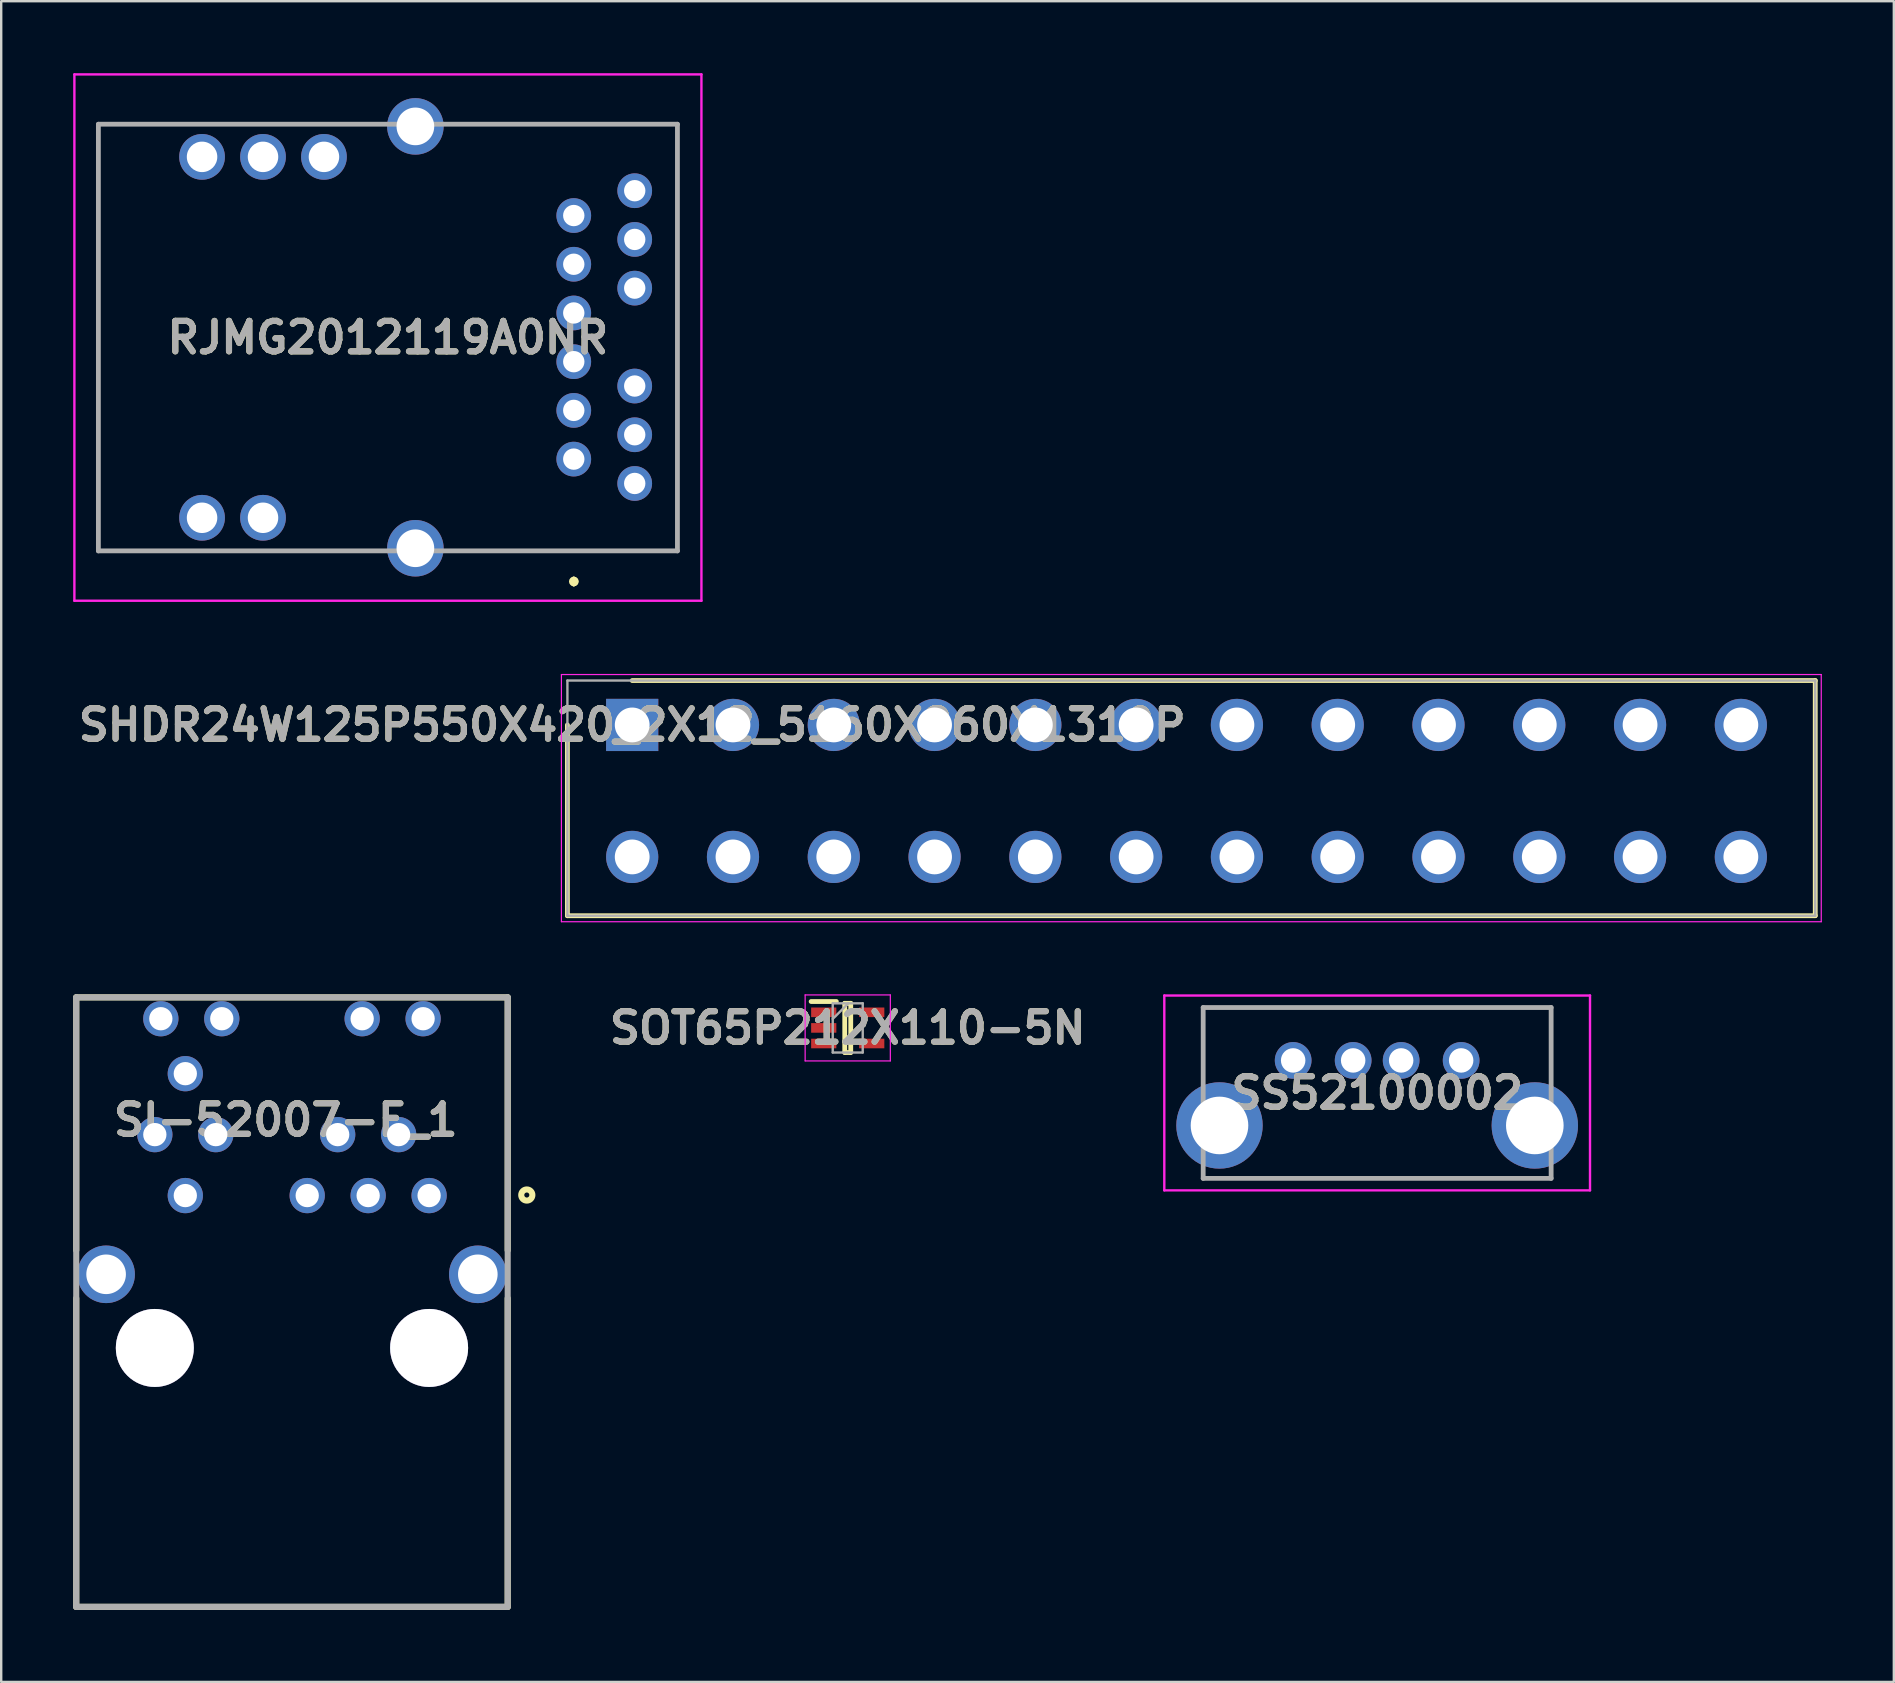
<source format=kicad_pcb>
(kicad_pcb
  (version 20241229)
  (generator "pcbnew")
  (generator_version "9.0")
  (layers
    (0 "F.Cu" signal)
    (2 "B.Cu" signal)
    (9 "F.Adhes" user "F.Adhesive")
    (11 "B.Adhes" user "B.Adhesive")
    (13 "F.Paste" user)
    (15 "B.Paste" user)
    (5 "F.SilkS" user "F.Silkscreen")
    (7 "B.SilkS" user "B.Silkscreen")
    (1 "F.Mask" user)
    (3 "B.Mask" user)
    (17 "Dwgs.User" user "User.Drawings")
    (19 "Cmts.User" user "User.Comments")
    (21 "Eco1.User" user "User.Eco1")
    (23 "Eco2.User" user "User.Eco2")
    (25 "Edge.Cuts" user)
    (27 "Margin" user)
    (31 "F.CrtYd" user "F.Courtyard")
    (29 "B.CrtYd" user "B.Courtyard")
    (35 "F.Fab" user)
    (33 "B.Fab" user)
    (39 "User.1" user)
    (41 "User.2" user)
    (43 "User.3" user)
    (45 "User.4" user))
  (footprint "SI-52007-F_1"
    (layer "F.Cu")
    (at 9.117 50.053)
    (property "Reference" "SI-52007-F_1" (at -0.26 -6.43 0) (layer "F.SilkS") (effects (font (size 1.27 1.27) (thickness 0.254))))
    (attr through_hole)
    (fp_line (start -8.99 -11.541) (end -8.99 -1) (stroke (width 0.254) (type solid)) (layer "F.SilkS"))
    (fp_line (start -8.99 -11.541) (end 8.99 -11.541) (stroke (width 0.254) (type solid)) (layer "F.SilkS"))
    (fp_line (start -8.99 13.859) (end -8.99 1) (stroke (width 0.254) (type solid)) (layer "F.SilkS"))
    (fp_line (start -8.99 13.859) (end 8.99 13.859) (stroke (width 0.254) (type solid)) (layer "F.SilkS"))
    (fp_line (start 8.99 -11.541) (end 8.99 -1) (stroke (width 0.254) (type solid)) (layer "F.SilkS"))
    (fp_line (start 8.99 13.859) (end 8.99 1) (stroke (width 0.254) (type solid)) (layer "F.SilkS"))
    (fp_circle (center 9.786 -3.304) (end 9.786 -3.199) (stroke (width 0.254) (type solid)) (fill no) (layer "F.SilkS"))
    (fp_line (start -8.99 -11.541) (end 8.99 -11.541) (stroke (width 0.254) (type solid)) (layer "F.Fab"))
    (fp_line (start -8.99 13.859) (end -8.99 -11.541) (stroke (width 0.254) (type solid)) (layer "F.Fab"))
    (fp_line (start 8.99 -11.541) (end 8.99 13.859) (stroke (width 0.254) (type solid)) (layer "F.Fab"))
    (fp_line (start 8.99 13.859) (end -8.99 13.859) (stroke (width 0.254) (type solid)) (layer "F.Fab"))
    (fp_text user "${REFERENCE}" (at -0.26 -6.43 0) (layer "F.Fab") (effects (font (size 1.27 1.27) (thickness 0.254))))
    (pad "1" thru_hole circle (at 5.715 -3.281) (size 1.47 1.47) (drill 0.97) (layers "*.Cu" "*.Mask"))
    (pad "2" thru_hole circle (at 4.445 -5.821) (size 1.47 1.47) (drill 0.97) (layers "*.Cu" "*.Mask"))
    (pad "3" thru_hole circle (at 3.175 -3.281) (size 1.47 1.47) (drill 0.97) (layers "*.Cu" "*.Mask"))
    (pad "4" thru_hole circle (at 1.905 -5.821) (size 1.47 1.47) (drill 0.97) (layers "*.Cu" "*.Mask"))
    (pad "5" thru_hole circle (at 0.635 -3.281) (size 1.47 1.47) (drill 0.97) (layers "*.Cu" "*.Mask"))
    (pad "6" thru_hole circle (at -3.175 -5.821) (size 1.47 1.47) (drill 0.97) (layers "*.Cu" "*.Mask"))
    (pad "7" thru_hole circle (at -4.445 -3.281) (size 1.47 1.47) (drill 0.97) (layers "*.Cu" "*.Mask"))
    (pad "8" thru_hole circle (at -5.715 -5.821) (size 1.47 1.47) (drill 0.97) (layers "*.Cu" "*.Mask"))
    (pad "9" thru_hole circle (at -4.445 -8.361) (size 1.47 1.47) (drill 0.97) (layers "*.Cu" "*.Mask"))
    (pad "10" thru_hole circle (at -5.465 -10.651) (size 1.47 1.47) (drill 0.97) (layers "*.Cu" "*.Mask"))
    (pad "11" thru_hole circle (at -2.925 -10.651) (size 1.47 1.47) (drill 0.97) (layers "*.Cu" "*.Mask"))
    (pad "12" thru_hole circle (at 2.925 -10.651) (size 1.47 1.47) (drill 0.97) (layers "*.Cu" "*.Mask"))
    (pad "13" thru_hole circle (at 5.465 -10.651) (size 1.47 1.47) (drill 0.97) (layers "*.Cu" "*.Mask"))
    (pad "14" thru_hole circle (at 7.745 0) (size 2.4 2.4) (drill 1.65) (layers "*.Cu" "*.Mask"))
    (pad "15" thru_hole circle (at 5.715 3.069) (size 3.25 3.25) (drill 3.25) (layers "*.Cu" "*.Mask"))
    (pad "16" thru_hole circle (at -5.715 3.069) (size 3.25 3.25) (drill 3.25) (layers "*.Cu" "*.Mask"))
    (pad "17" thru_hole circle (at -7.745 0) (size 2.4 2.4) (drill 1.65) (layers "*.Cu" "*.Mask")))
  (footprint "SS52100002"
    (layer "F.Cu")
    (at 50.839 41.14)
    (property "Reference" "SS52100002" (at 3.5 1.355 0) (layer "F.SilkS") (effects (font (size 1.27 1.27) (thickness 0.254))))
    (attr through_hole)
    (fp_line (start -3.75 -2.205) (end 10.75 -2.205) (stroke (width 0.1) (type solid)) (layer "F.SilkS"))
    (fp_line (start -3.75 0.355) (end -3.75 -2.205) (stroke (width 0.1) (type solid)) (layer "F.SilkS"))
    (fp_line (start -3.75 4.915) (end 10.75 4.915) (stroke (width 0.1) (type solid)) (layer "F.SilkS"))
    (fp_line (start 10.75 -2.205) (end 10.75 0.355) (stroke (width 0.1) (type solid)) (layer "F.SilkS"))
    (fp_line (start -5.37 -2.705) (end 12.37 -2.705) (stroke (width 0.1) (type solid)) (layer "F.CrtYd"))
    (fp_line (start -5.37 5.415) (end -5.37 -2.705) (stroke (width 0.1) (type solid)) (layer "F.CrtYd"))
    (fp_line (start 12.37 -2.705) (end 12.37 5.415) (stroke (width 0.1) (type solid)) (layer "F.CrtYd"))
    (fp_line (start 12.37 5.415) (end -5.37 5.415) (stroke (width 0.1) (type solid)) (layer "F.CrtYd"))
    (fp_line (start -3.75 -2.205) (end 10.75 -2.205) (stroke (width 0.2) (type solid)) (layer "F.Fab"))
    (fp_line (start -3.75 4.915) (end -3.75 -2.205) (stroke (width 0.2) (type solid)) (layer "F.Fab"))
    (fp_line (start 10.75 -2.205) (end 10.75 4.915) (stroke (width 0.2) (type solid)) (layer "F.Fab"))
    (fp_line (start 10.75 4.915) (end -3.75 4.915) (stroke (width 0.2) (type solid)) (layer "F.Fab"))
    (fp_text user "${REFERENCE}" (at 3.5 1.355 0) (layer "F.Fab") (effects (font (size 1.27 1.27) (thickness 0.254))))
    (pad "1" thru_hole circle (at 0 0) (size 1.53 1.53) (drill 1.02) (layers "*.Cu" "*.Mask"))
    (pad "2" thru_hole circle (at 2.5 0) (size 1.53 1.53) (drill 1.02) (layers "*.Cu" "*.Mask"))
    (pad "3" thru_hole circle (at 4.5 0) (size 1.53 1.53) (drill 1.02) (layers "*.Cu" "*.Mask"))
    (pad "4" thru_hole circle (at 7 0) (size 1.53 1.53) (drill 1.02) (layers "*.Cu" "*.Mask"))
    (pad "MH1" thru_hole circle (at -3.07 2.71) (size 3.6 3.6) (drill 2.4) (layers "*.Cu" "*.Mask"))
    (pad "MH2" thru_hole circle (at 10.07 2.71) (size 3.6 3.6) (drill 2.4) (layers "*.Cu" "*.Mask")))
  (footprint "SHDR24W125P550X420_2X12_5160X960X1310P"
    (layer "F.Cu")
    (at 23.295 27.16)
    (property "Reference" "SHDR24W125P550X420_2X12_5160X960X1310P" (at 0 0 0) (layer "F.SilkS") (effects (font (size 1.27 1.27) (thickness 0.254))))
    (attr through_hole)
    (fp_line (start -2.7 7.95) (end -2.7 0) (stroke (width 0.2) (type solid)) (layer "F.SilkS"))
    (fp_line (start 0 -1.85) (end 49.3 -1.85) (stroke (width 0.2) (type solid)) (layer "F.SilkS"))
    (fp_line (start 49.3 -1.85) (end 49.3 7.95) (stroke (width 0.2) (type solid)) (layer "F.SilkS"))
    (fp_line (start 49.3 7.95) (end -2.7 7.95) (stroke (width 0.2) (type solid)) (layer "F.SilkS"))
    (fp_line (start -2.95 -2.1) (end 49.55 -2.1) (stroke (width 0.05) (type solid)) (layer "F.CrtYd"))
    (fp_line (start -2.95 8.2) (end -2.95 -2.1) (stroke (width 0.05) (type solid)) (layer "F.CrtYd"))
    (fp_line (start 49.55 -2.1) (end 49.55 8.2) (stroke (width 0.05) (type solid)) (layer "F.CrtYd"))
    (fp_line (start 49.55 8.2) (end -2.95 8.2) (stroke (width 0.05) (type solid)) (layer "F.CrtYd"))
    (fp_line (start -2.7 -1.85) (end 49.3 -1.85) (stroke (width 0.1) (type solid)) (layer "F.Fab"))
    (fp_line (start -2.7 7.95) (end -2.7 -1.85) (stroke (width 0.1) (type solid)) (layer "F.Fab"))
    (fp_line (start 49.3 -1.85) (end 49.3 7.95) (stroke (width 0.1) (type solid)) (layer "F.Fab"))
    (fp_line (start 49.3 7.95) (end -2.7 7.95) (stroke (width 0.1) (type solid)) (layer "F.Fab"))
    (fp_text user "${REFERENCE}" (at 0 0 0) (layer "F.Fab") (effects (font (size 1.27 1.27) (thickness 0.254))))
    (pad "1" thru_hole rect (at 0 0) (size 2.175 2.175) (drill 1.45) (layers "*.Cu" "*.Mask"))
    (pad "2" thru_hole circle (at 0 5.5) (size 2.175 2.175) (drill 1.45) (layers "*.Cu" "*.Mask"))
    (pad "3" thru_hole circle (at 4.2 0) (size 2.175 2.175) (drill 1.45) (layers "*.Cu" "*.Mask"))
    (pad "4" thru_hole circle (at 4.2 5.5) (size 2.175 2.175) (drill 1.45) (layers "*.Cu" "*.Mask"))
    (pad "5" thru_hole circle (at 8.4 0) (size 2.175 2.175) (drill 1.45) (layers "*.Cu" "*.Mask"))
    (pad "6" thru_hole circle (at 8.4 5.5) (size 2.175 2.175) (drill 1.45) (layers "*.Cu" "*.Mask"))
    (pad "7" thru_hole circle (at 12.6 0) (size 2.175 2.175) (drill 1.45) (layers "*.Cu" "*.Mask"))
    (pad "8" thru_hole circle (at 12.6 5.5) (size 2.175 2.175) (drill 1.45) (layers "*.Cu" "*.Mask"))
    (pad "9" thru_hole circle (at 16.8 0) (size 2.175 2.175) (drill 1.45) (layers "*.Cu" "*.Mask"))
    (pad "10" thru_hole circle (at 16.8 5.5) (size 2.175 2.175) (drill 1.45) (layers "*.Cu" "*.Mask"))
    (pad "11" thru_hole circle (at 21 0) (size 2.175 2.175) (drill 1.45) (layers "*.Cu" "*.Mask"))
    (pad "12" thru_hole circle (at 21 5.5) (size 2.175 2.175) (drill 1.45) (layers "*.Cu" "*.Mask"))
    (pad "13" thru_hole circle (at 25.2 0) (size 2.175 2.175) (drill 1.45) (layers "*.Cu" "*.Mask"))
    (pad "14" thru_hole circle (at 25.2 5.5) (size 2.175 2.175) (drill 1.45) (layers "*.Cu" "*.Mask"))
    (pad "15" thru_hole circle (at 29.4 0) (size 2.175 2.175) (drill 1.45) (layers "*.Cu" "*.Mask"))
    (pad "16" thru_hole circle (at 29.4 5.5) (size 2.175 2.175) (drill 1.45) (layers "*.Cu" "*.Mask"))
    (pad "17" thru_hole circle (at 33.6 0) (size 2.175 2.175) (drill 1.45) (layers "*.Cu" "*.Mask"))
    (pad "18" thru_hole circle (at 33.6 5.5) (size 2.175 2.175) (drill 1.45) (layers "*.Cu" "*.Mask"))
    (pad "19" thru_hole circle (at 37.8 0) (size 2.175 2.175) (drill 1.45) (layers "*.Cu" "*.Mask"))
    (pad "20" thru_hole circle (at 37.8 5.5) (size 2.175 2.175) (drill 1.45) (layers "*.Cu" "*.Mask"))
    (pad "21" thru_hole circle (at 42 0) (size 2.175 2.175) (drill 1.45) (layers "*.Cu" "*.Mask"))
    (pad "22" thru_hole circle (at 42 5.5) (size 2.175 2.175) (drill 1.45) (layers "*.Cu" "*.Mask"))
    (pad "23" thru_hole circle (at 46.2 0) (size 2.175 2.175) (drill 1.45) (layers "*.Cu" "*.Mask"))
    (pad "24" thru_hole circle (at 46.2 5.5) (size 2.175 2.175) (drill 1.45) (layers "*.Cu" "*.Mask")))
  (footprint "RJMG2012119A0NR"
    (layer "F.Cu")
    (at 20.86 16.082)
    (property "Reference" "RJMG2012119A0NR" (at -7.745 -5.065 0) (layer "F.SilkS") (effects (font (size 1.27 1.27) (thickness 0.254))))
    (attr through_hole)
    (fp_line (start -19.81 -13.955) (end -19.81 -13.955) (stroke (width 0.1) (type solid)) (layer "F.SilkS"))
    (fp_line (start -19.81 -13.955) (end -19.81 -13.955) (stroke (width 0.1) (type solid)) (layer "F.SilkS"))
    (fp_line (start -19.81 -13.955) (end -19.81 3.835) (stroke (width 0.1) (type solid)) (layer "F.SilkS"))
    (fp_line (start -19.81 -13.955) (end -8.71 -13.955) (stroke (width 0.1) (type solid)) (layer "F.SilkS"))
    (fp_line (start -19.81 3.835) (end -19.81 -13.955) (stroke (width 0.1) (type solid)) (layer "F.SilkS"))
    (fp_line (start -19.81 3.835) (end -19.81 3.835) (stroke (width 0.1) (type solid)) (layer "F.SilkS"))
    (fp_line (start -19.71 3.825) (end -8.71 3.825) (stroke (width 0.1) (type solid)) (layer "F.SilkS"))
    (fp_line (start -19.71 3.835) (end -19.71 3.825) (stroke (width 0.1) (type solid)) (layer "F.SilkS"))
    (fp_line (start -8.71 -13.955) (end -19.81 -13.955) (stroke (width 0.1) (type solid)) (layer "F.SilkS"))
    (fp_line (start -8.71 -13.955) (end -8.71 -13.955) (stroke (width 0.1) (type solid)) (layer "F.SilkS"))
    (fp_line (start -8.71 3.825) (end -8.71 3.835) (stroke (width 0.1) (type solid)) (layer "F.SilkS"))
    (fp_line (start -8.71 3.835) (end -19.71 3.835) (stroke (width 0.1) (type solid)) (layer "F.SilkS"))
    (fp_line (start -4.46 -13.955) (end -4.46 -13.955) (stroke (width 0.1) (type solid)) (layer "F.SilkS"))
    (fp_line (start -4.46 -13.955) (end 4.32 -13.955) (stroke (width 0.1) (type solid)) (layer "F.SilkS"))
    (fp_line (start -4.46 3.825) (end 4.29 3.825) (stroke (width 0.1) (type solid)) (layer "F.SilkS"))
    (fp_line (start -4.46 3.835) (end -4.46 3.825) (stroke (width 0.1) (type solid)) (layer "F.SilkS"))
    (fp_line (start 0 5) (end 0 5) (stroke (width 0.2) (type solid)) (layer "F.SilkS"))
    (fp_line (start 0 5.2) (end 0 5.2) (stroke (width 0.2) (type solid)) (layer "F.SilkS"))
    (fp_line (start 0 5.2) (end 0 5.2) (stroke (width 0.2) (type solid)) (layer "F.SilkS"))
    (fp_line (start 4.29 3.825) (end 4.29 3.835) (stroke (width 0.1) (type solid)) (layer "F.SilkS"))
    (fp_line (start 4.29 3.835) (end -4.46 3.835) (stroke (width 0.1) (type solid)) (layer "F.SilkS"))
    (fp_line (start 4.32 -13.955) (end -4.46 -13.955) (stroke (width 0.1) (type solid)) (layer "F.SilkS"))
    (fp_line (start 4.32 -13.955) (end 4.32 -13.955) (stroke (width 0.1) (type solid)) (layer "F.SilkS"))
    (fp_line (start 4.32 -13.955) (end 4.32 -13.955) (stroke (width 0.1) (type solid)) (layer "F.SilkS"))
    (fp_line (start 4.32 -13.955) (end 4.32 3.835) (stroke (width 0.1) (type solid)) (layer "F.SilkS"))
    (fp_line (start 4.32 3.835) (end 4.32 -13.955) (stroke (width 0.1) (type solid)) (layer "F.SilkS"))
    (fp_line (start 4.32 3.835) (end 4.32 3.835) (stroke (width 0.1) (type solid)) (layer "F.SilkS"))
    (fp_arc (start 0 5) (mid 0.1 5.1) (end 0 5.2) (stroke (width 0.2) (type solid)) (layer "F.SilkS"))
    (fp_arc (start 0 5) (mid 0.1 5.1) (end 0 5.2) (stroke (width 0.2) (type solid)) (layer "F.SilkS"))
    (fp_arc (start 0 5.2) (mid -0.1 5.1) (end 0 5) (stroke (width 0.2) (type solid)) (layer "F.SilkS"))
    (fp_line (start -20.81 -16.032) (end 5.32 -16.032) (stroke (width 0.1) (type solid)) (layer "F.CrtYd"))
    (fp_line (start -20.81 5.903) (end -20.81 -16.032) (stroke (width 0.1) (type solid)) (layer "F.CrtYd"))
    (fp_line (start 5.32 -16.032) (end 5.32 5.903) (stroke (width 0.1) (type solid)) (layer "F.CrtYd"))
    (fp_line (start 5.32 5.903) (end -20.81 5.903) (stroke (width 0.1) (type solid)) (layer "F.CrtYd"))
    (fp_line (start -19.81 -13.955) (end -19.81 3.825) (stroke (width 0.2) (type solid)) (layer "F.Fab"))
    (fp_line (start -19.81 3.825) (end 4.32 3.825) (stroke (width 0.2) (type solid)) (layer "F.Fab"))
    (fp_line (start 4.32 -13.955) (end -19.81 -13.955) (stroke (width 0.2) (type solid)) (layer "F.Fab"))
    (fp_line (start 4.32 3.825) (end 4.32 -13.955) (stroke (width 0.2) (type solid)) (layer "F.Fab"))
    (fp_text user "${REFERENCE}" (at -7.745 -5.065 0) (layer "F.Fab") (effects (font (size 1.27 1.27) (thickness 0.254))))
    (pad "" np_thru_hole circle (at -6.6 -9.9) (size 0.001 0.001) (drill 3.4) (layers "*.Cu" "*.Mask"))
    (pad "" np_thru_hole circle (at -6.6 -0.25) (size 0.001 0.001) (drill 3.4) (layers "*.Cu" "*.Mask"))
    (pad "1" thru_hole circle (at 0 0) (size 1.446 1.446) (drill 0.89) (layers "*.Cu" "*.Mask"))
    (pad "2" thru_hole circle (at 0 -2.03) (size 1.446 1.446) (drill 0.89) (layers "*.Cu" "*.Mask"))
    (pad "3" thru_hole circle (at 0 -4.06) (size 1.446 1.446) (drill 0.89) (layers "*.Cu" "*.Mask"))
    (pad "4" thru_hole circle (at 0 -6.09) (size 1.446 1.446) (drill 0.89) (layers "*.Cu" "*.Mask"))
    (pad "5" thru_hole circle (at 0 -8.12) (size 1.446 1.446) (drill 0.89) (layers "*.Cu" "*.Mask"))
    (pad "6" thru_hole circle (at 0 -10.15) (size 1.446 1.446) (drill 0.89) (layers "*.Cu" "*.Mask"))
    (pad "7" thru_hole circle (at 2.54 1.015) (size 1.446 1.446) (drill 0.89) (layers "*.Cu" "*.Mask"))
    (pad "8" thru_hole circle (at 2.54 -1.015) (size 1.446 1.446) (drill 0.89) (layers "*.Cu" "*.Mask"))
    (pad "9" thru_hole circle (at 2.54 -3.045) (size 1.446 1.446) (drill 0.89) (layers "*.Cu" "*.Mask"))
    (pad "10" thru_hole circle (at 2.54 -7.125) (size 1.446 1.446) (drill 0.89) (layers "*.Cu" "*.Mask"))
    (pad "11" thru_hole circle (at 2.54 -9.155) (size 1.446 1.446) (drill 0.89) (layers "*.Cu" "*.Mask"))
    (pad "12" thru_hole circle (at 2.54 -11.185) (size 1.446 1.446) (drill 0.89) (layers "*.Cu" "*.Mask"))
    (pad "13" thru_hole circle (at -12.95 2.445) (size 1.905 1.905) (drill 1.27) (layers "*.Cu" "*.Mask"))
    (pad "14" thru_hole circle (at -15.49 2.445) (size 1.905 1.905) (drill 1.27) (layers "*.Cu" "*.Mask"))
    (pad "15" thru_hole circle (at -10.41 -12.595) (size 1.905 1.905) (drill 1.27) (layers "*.Cu" "*.Mask"))
    (pad "16" thru_hole circle (at -12.95 -12.595) (size 1.905 1.905) (drill 1.27) (layers "*.Cu" "*.Mask"))
    (pad "17" thru_hole circle (at -15.49 -12.595) (size 1.905 1.905) (drill 1.27) (layers "*.Cu" "*.Mask"))
    (pad "MH3" thru_hole circle (at -6.6 3.715) (size 2.355 2.355) (drill 1.57) (layers "*.Cu" "*.Mask"))
    (pad "MH4" thru_hole circle (at -6.6 -13.865) (size 2.355 2.355) (drill 1.57) (layers "*.Cu" "*.Mask")))
  (footprint "SOT65P212X110-5N"
    (layer "F.Cu")
    (at 32.277 39.785)
    (property "Reference" "SOT65P212X110-5N" (at 0 0 0) (layer "F.SilkS") (effects (font (size 1.27 1.27) (thickness 0.254))))
    (attr smd)
    (fp_line (start -1.525 -1.1) (end -0.475 -1.1) (stroke (width 0.2) (type solid)) (layer "F.SilkS"))
    (fp_line (start -0.125 -1.025) (end 0.125 -1.025) (stroke (width 0.2) (type solid)) (layer "F.SilkS"))
    (fp_line (start -0.125 1.025) (end -0.125 -1.025) (stroke (width 0.2) (type solid)) (layer "F.SilkS"))
    (fp_line (start 0.125 -1.025) (end 0.125 1.025) (stroke (width 0.2) (type solid)) (layer "F.SilkS"))
    (fp_line (start 0.125 1.025) (end -0.125 1.025) (stroke (width 0.2) (type solid)) (layer "F.SilkS"))
    (fp_line (start -1.775 -1.375) (end 1.775 -1.375) (stroke (width 0.05) (type solid)) (layer "F.CrtYd"))
    (fp_line (start -1.775 1.375) (end -1.775 -1.375) (stroke (width 0.05) (type solid)) (layer "F.CrtYd"))
    (fp_line (start 1.775 -1.375) (end 1.775 1.375) (stroke (width 0.05) (type solid)) (layer "F.CrtYd"))
    (fp_line (start 1.775 1.375) (end -1.775 1.375) (stroke (width 0.05) (type solid)) (layer "F.CrtYd"))
    (fp_line (start -0.625 -1.025) (end 0.625 -1.025) (stroke (width 0.1) (type solid)) (layer "F.Fab"))
    (fp_line (start -0.625 -0.375) (end 0.025 -1.025) (stroke (width 0.1) (type solid)) (layer "F.Fab"))
    (fp_line (start -0.625 1.025) (end -0.625 -1.025) (stroke (width 0.1) (type solid)) (layer "F.Fab"))
    (fp_line (start 0.625 -1.025) (end 0.625 1.025) (stroke (width 0.1) (type solid)) (layer "F.Fab"))
    (fp_line (start 0.625 1.025) (end -0.625 1.025) (stroke (width 0.1) (type solid)) (layer "F.Fab"))
    (fp_text user "${REFERENCE}" (at 0 0 0) (layer "F.Fab") (effects (font (size 1.27 1.27) (thickness 0.254))))
    (pad "1" smd rect (at -1 -0.65 90) (size 0.4 1.05) (layers "F.Cu" "F.Mask" "F.Paste"))
    (pad "2" smd rect (at -1 0 90) (size 0.4 1.05) (layers "F.Cu" "F.Mask" "F.Paste"))
    (pad "3" smd rect (at -1 0.65 90) (size 0.4 1.05) (layers "F.Cu" "F.Mask" "F.Paste"))
    (pad "4" smd rect (at 1 0.65 90) (size 0.4 1.05) (layers "F.Cu" "F.Mask" "F.Paste"))
    (pad "5" smd rect (at 1 -0.65 90) (size 0.4 1.05) (layers "F.Cu" "F.Mask" "F.Paste")))
  (gr_rect
    (start -3 -3)
    (end 75.87 67.039)
    (stroke (width 0.1) (type default))
    (fill no)
    (layer "Edge.Cuts")))
</source>
